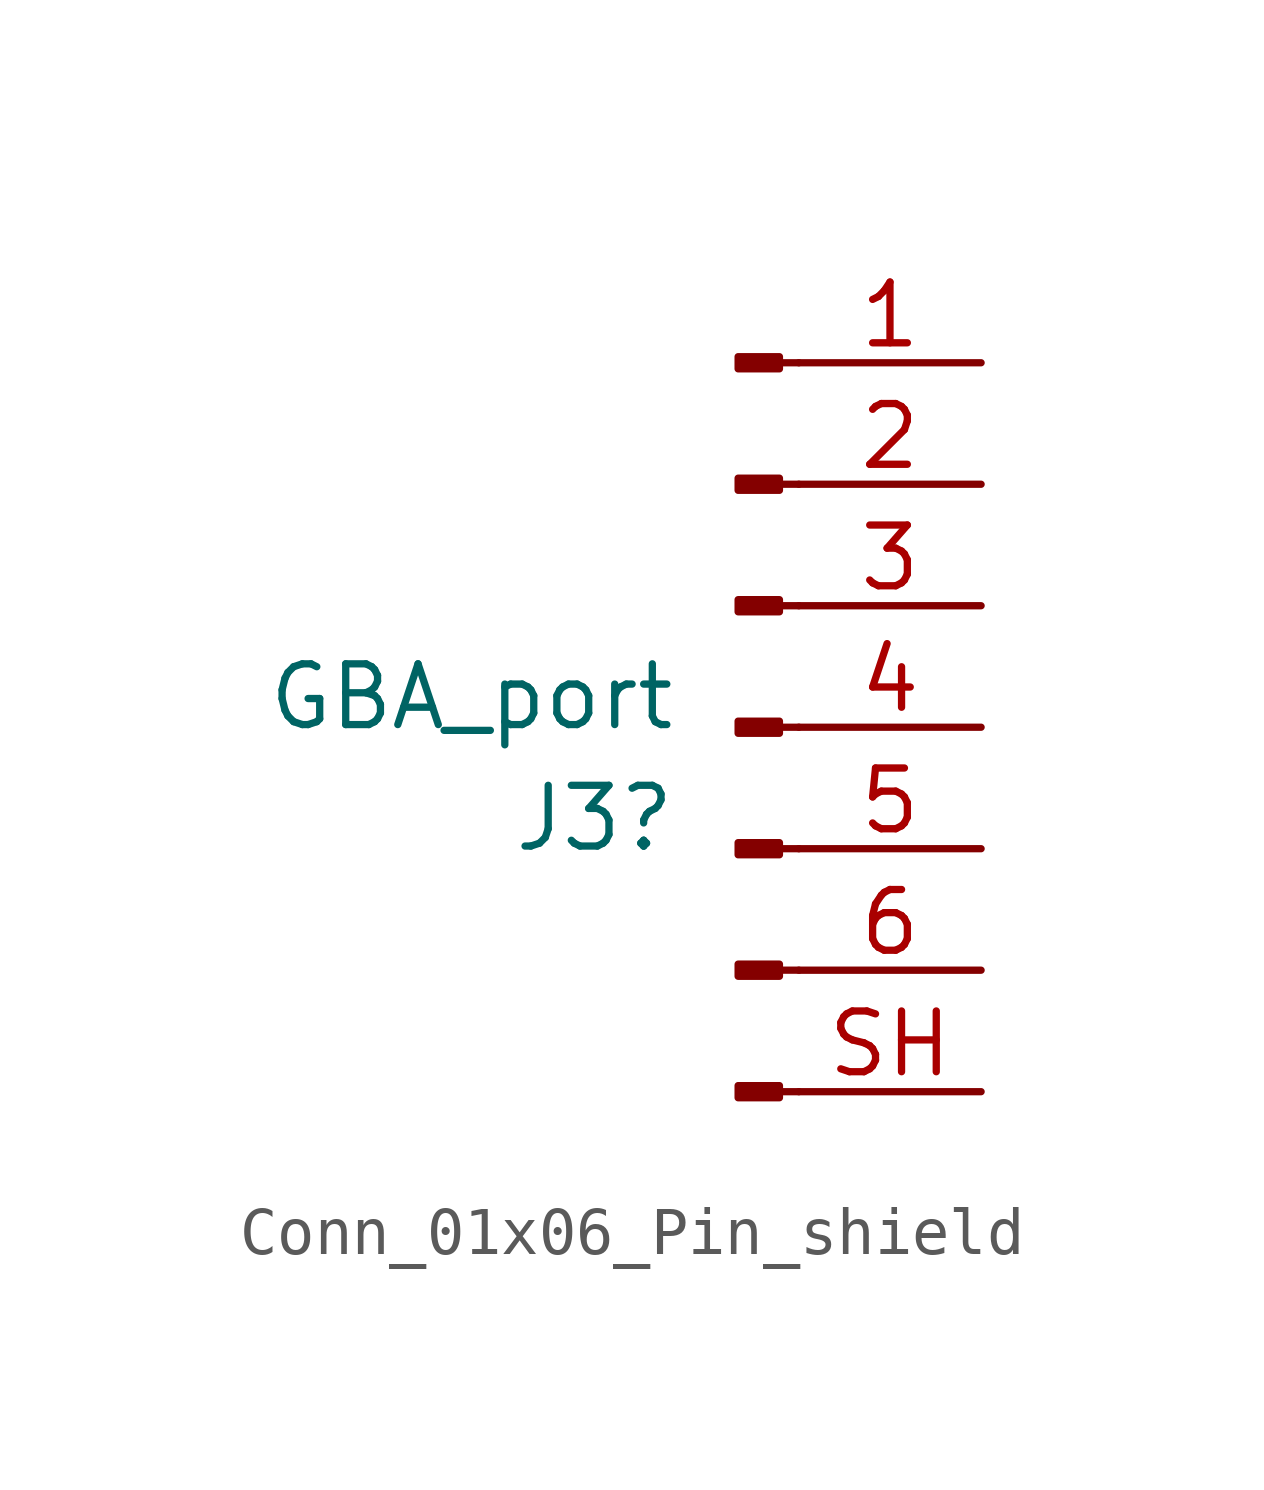
<source format=kicad_sym>
(kicad_symbol_lib
  (version 20220914)
  (generator kicad_symbol_editor)
  (symbol "Conn_01x06_Pin_shield"
    (pin_names
      (offset 1.016) hide)
    (property "Reference" "J3"
      (at -1.27 -1.905 0)
      (effects (font (size 1.27 1.27)) (justify right)))
    (property "Value" "GBA_port"
      (at -1.27 0.635 0)
      (effects (font (size 1.27 1.27)) (justify right)))
    (property "ki_locked" ""
      (at 0 0 0)
      (effects (font (size 1.27 1.27))))
    (symbol "Conn_01x06_Pin_shield_1_1"
      (polyline (pts (xy 1.27 -7.62) (xy 0.864 -7.62)) (stroke (width 0.152) (type default)) (fill (type none)))
      (polyline (pts (xy 1.27 -5.08) (xy 0.864 -5.08)) (stroke (width 0.152) (type default)) (fill (type none)))
      (polyline (pts (xy 1.27 -2.54) (xy 0.864 -2.54)) (stroke (width 0.152) (type default)) (fill (type none)))
      (polyline (pts (xy 1.27 0) (xy 0.864 0)) (stroke (width 0.152) (type default)) (fill (type none)))
      (polyline (pts (xy 1.27 2.54) (xy 0.864 2.54)) (stroke (width 0.152) (type default)) (fill (type none)))
      (polyline (pts (xy 1.27 5.08) (xy 0.864 5.08)) (stroke (width 0.152) (type default)) (fill (type none)))
      (polyline (pts (xy 1.27 7.62) (xy 0.864 7.62)) (stroke (width 0.152) (type default)) (fill (type none)))
      (rectangle (start 0.864 -7.493) (end 0 -7.747) (stroke (width 0.152) (type default)) (fill (type outline)))
      (rectangle (start 0.864 -4.953) (end 0 -5.207) (stroke (width 0.152) (type default)) (fill (type outline)))
      (rectangle (start 0.864 -2.413) (end 0 -2.667) (stroke (width 0.152) (type default)) (fill (type outline)))
      (rectangle (start 0.864 0.127) (end 0 -0.127) (stroke (width 0.152) (type default)) (fill (type outline)))
      (rectangle (start 0.864 2.667) (end 0 2.413) (stroke (width 0.152) (type default)) (fill (type outline)))
      (rectangle (start 0.864 5.207) (end 0 4.953) (stroke (width 0.152) (type default)) (fill (type outline)))
      (rectangle (start 0.864 7.747) (end 0 7.493) (stroke (width 0.152) (type default)) (fill (type outline)))
      (pin passive line (at 5.08 7.62 180) (length 3.81) (name "Pin_1" (effects (font (size 1.27 1.27)))) (number "1" (effects (font (size 1.27 1.27)))))
      (pin passive line (at 5.08 5.08 180) (length 3.81) (name "Pin_2" (effects (font (size 1.27 1.27)))) (number "2" (effects (font (size 1.27 1.27)))))
      (pin passive line (at 5.08 2.54 180) (length 3.81) (name "Pin_3" (effects (font (size 1.27 1.27)))) (number "3" (effects (font (size 1.27 1.27)))))
      (pin passive line (at 5.08 0 180) (length 3.81) (name "Pin_4" (effects (font (size 1.27 1.27)))) (number "4" (effects (font (size 1.27 1.27)))))
      (pin passive line (at 5.08 -2.54 180) (length 3.81) (name "Pin_5" (effects (font (size 1.27 1.27)))) (number "5" (effects (font (size 1.27 1.27)))))
      (pin passive line (at 5.08 -5.08 180) (length 3.81) (name "Pin_6" (effects (font (size 1.27 1.27)))) (number "6" (effects (font (size 1.27 1.27)))))
      (pin passive line (at 5.08 -7.62 180) (length 3.81) (name "SH" (effects (font (size 1.27 1.27)))) (number "SH" (effects (font (size 1.27 1.27))))))))
</source>
